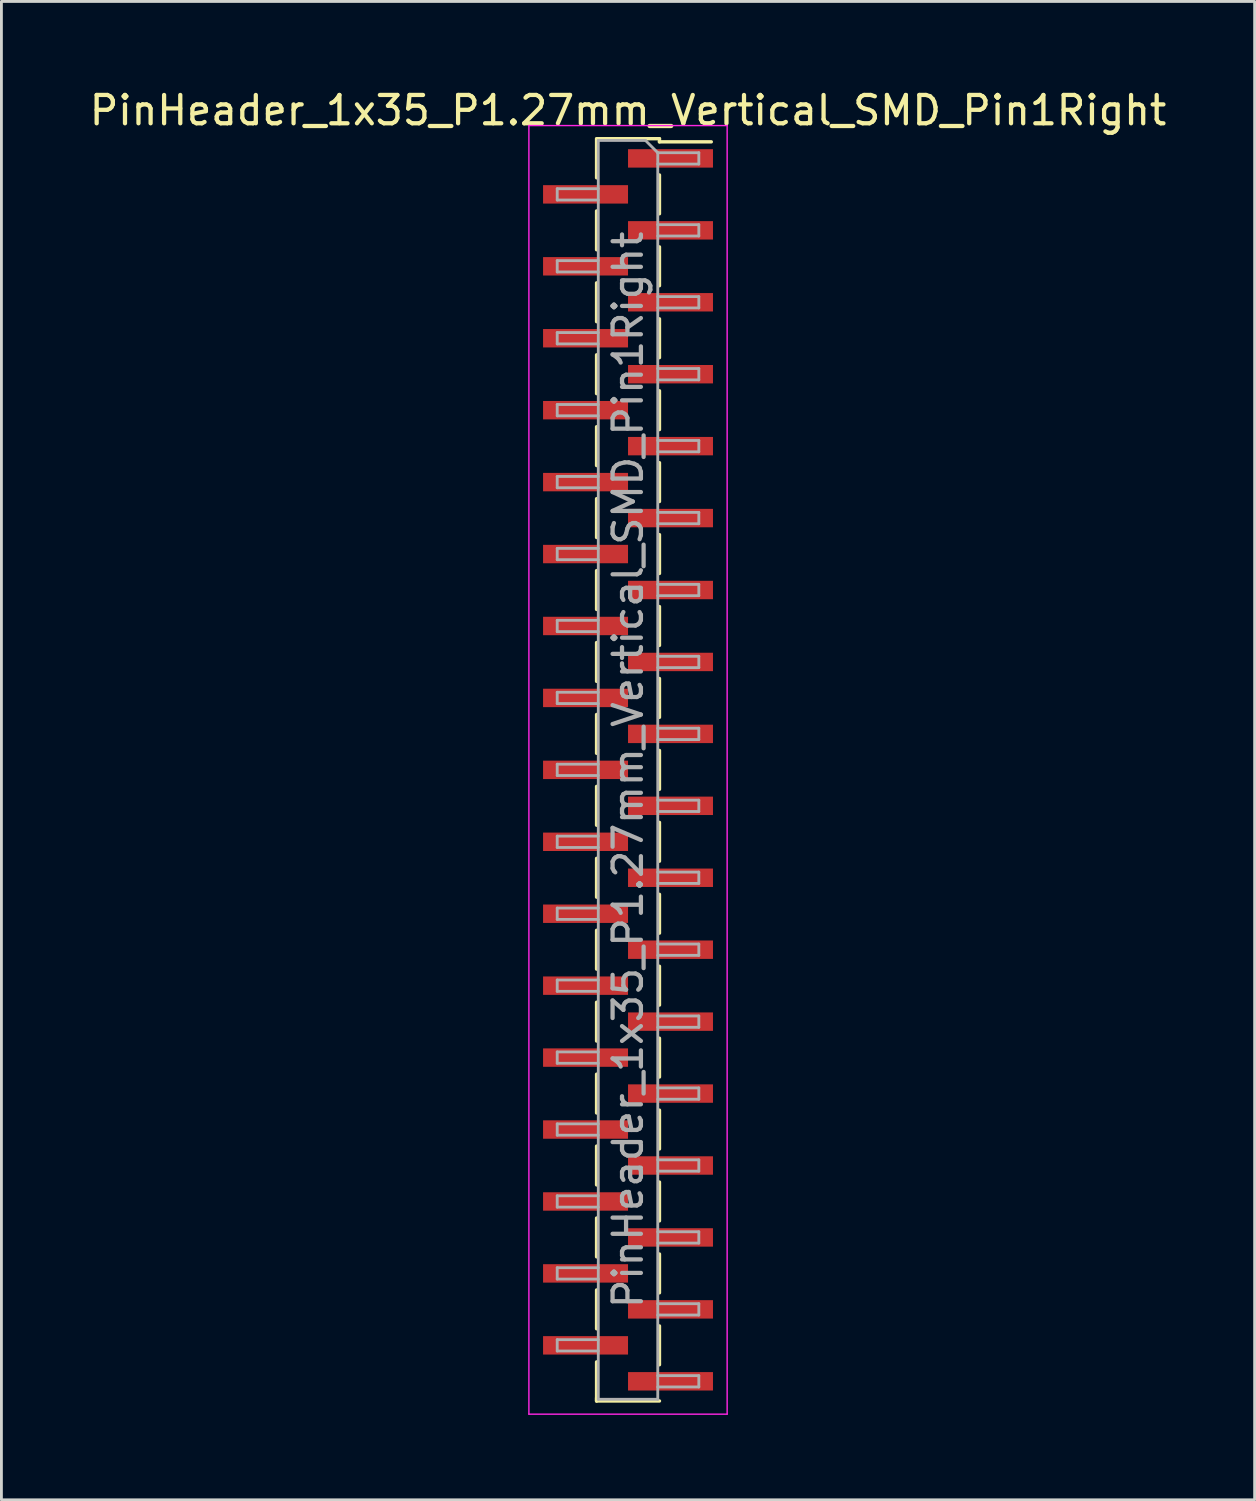
<source format=kicad_pcb>
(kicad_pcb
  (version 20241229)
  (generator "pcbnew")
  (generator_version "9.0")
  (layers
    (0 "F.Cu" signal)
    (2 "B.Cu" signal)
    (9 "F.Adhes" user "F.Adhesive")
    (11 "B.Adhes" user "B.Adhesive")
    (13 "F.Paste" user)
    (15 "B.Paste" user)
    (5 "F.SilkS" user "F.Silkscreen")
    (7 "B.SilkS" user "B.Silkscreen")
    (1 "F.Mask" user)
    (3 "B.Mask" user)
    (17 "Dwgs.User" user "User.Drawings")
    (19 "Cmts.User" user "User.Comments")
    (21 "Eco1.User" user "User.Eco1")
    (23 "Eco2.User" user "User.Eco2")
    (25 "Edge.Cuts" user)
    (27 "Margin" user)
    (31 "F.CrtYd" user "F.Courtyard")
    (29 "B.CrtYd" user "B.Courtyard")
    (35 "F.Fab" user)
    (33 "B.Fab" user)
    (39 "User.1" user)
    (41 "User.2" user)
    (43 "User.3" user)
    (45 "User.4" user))
  (footprint "PinHeader_1x35_P1.27mm_Vertical_SMD_Pin1Right"
    (layer "F.Cu")
    (at 19.125 24.133)
    (property "Reference" "PinHeader_1x35_P1.27mm_Vertical_SMD_Pin1Right" (at 0 -23.285 0) (layer "F.SilkS") (effects (font (size 1 1) (thickness 0.15))))
    (attr smd)
    (fp_line (start -1.11 -22.285) (end 1.11 -22.285) (stroke (width 0.12) (type solid)) (layer "F.SilkS"))
    (fp_line (start -1.11 -22.275) (end -1.11 -20.905) (stroke (width 0.12) (type solid)) (layer "F.SilkS"))
    (fp_line (start -1.11 -19.735) (end -1.11 -18.365) (stroke (width 0.12) (type solid)) (layer "F.SilkS"))
    (fp_line (start -1.11 -17.195) (end -1.11 -15.825) (stroke (width 0.12) (type solid)) (layer "F.SilkS"))
    (fp_line (start -1.11 -14.655) (end -1.11 -13.285) (stroke (width 0.12) (type solid)) (layer "F.SilkS"))
    (fp_line (start -1.11 -12.115) (end -1.11 -10.745) (stroke (width 0.12) (type solid)) (layer "F.SilkS"))
    (fp_line (start -1.11 -9.575) (end -1.11 -8.205) (stroke (width 0.12) (type solid)) (layer "F.SilkS"))
    (fp_line (start -1.11 -7.035) (end -1.11 -5.665) (stroke (width 0.12) (type solid)) (layer "F.SilkS"))
    (fp_line (start -1.11 -4.495) (end -1.11 -3.125) (stroke (width 0.12) (type solid)) (layer "F.SilkS"))
    (fp_line (start -1.11 -1.955) (end -1.11 -0.585) (stroke (width 0.12) (type solid)) (layer "F.SilkS"))
    (fp_line (start -1.11 0.585) (end -1.11 1.955) (stroke (width 0.12) (type solid)) (layer "F.SilkS"))
    (fp_line (start -1.11 3.125) (end -1.11 4.495) (stroke (width 0.12) (type solid)) (layer "F.SilkS"))
    (fp_line (start -1.11 5.665) (end -1.11 7.035) (stroke (width 0.12) (type solid)) (layer "F.SilkS"))
    (fp_line (start -1.11 8.205) (end -1.11 9.575) (stroke (width 0.12) (type solid)) (layer "F.SilkS"))
    (fp_line (start -1.11 10.745) (end -1.11 12.115) (stroke (width 0.12) (type solid)) (layer "F.SilkS"))
    (fp_line (start -1.11 13.285) (end -1.11 14.655) (stroke (width 0.12) (type solid)) (layer "F.SilkS"))
    (fp_line (start -1.11 15.825) (end -1.11 17.195) (stroke (width 0.12) (type solid)) (layer "F.SilkS"))
    (fp_line (start -1.11 18.365) (end -1.11 19.735) (stroke (width 0.12) (type solid)) (layer "F.SilkS"))
    (fp_line (start -1.11 20.905) (end -1.11 22.275) (stroke (width 0.12) (type solid)) (layer "F.SilkS"))
    (fp_line (start -1.11 22.175) (end -1.11 22.285) (stroke (width 0.12) (type solid)) (layer "F.SilkS"))
    (fp_line (start -1.11 22.285) (end 1.11 22.285) (stroke (width 0.12) (type solid)) (layer "F.SilkS"))
    (fp_line (start 1.11 -22.285) (end 1.11 -22.175) (stroke (width 0.12) (type solid)) (layer "F.SilkS"))
    (fp_line (start 1.11 -22.175) (end 2.94 -22.175) (stroke (width 0.12) (type solid)) (layer "F.SilkS"))
    (fp_line (start 1.11 -21.005) (end 1.11 -19.635) (stroke (width 0.12) (type solid)) (layer "F.SilkS"))
    (fp_line (start 1.11 -18.465) (end 1.11 -17.095) (stroke (width 0.12) (type solid)) (layer "F.SilkS"))
    (fp_line (start 1.11 -15.925) (end 1.11 -14.555) (stroke (width 0.12) (type solid)) (layer "F.SilkS"))
    (fp_line (start 1.11 -13.385) (end 1.11 -12.015) (stroke (width 0.12) (type solid)) (layer "F.SilkS"))
    (fp_line (start 1.11 -10.845) (end 1.11 -9.475) (stroke (width 0.12) (type solid)) (layer "F.SilkS"))
    (fp_line (start 1.11 -8.305) (end 1.11 -6.935) (stroke (width 0.12) (type solid)) (layer "F.SilkS"))
    (fp_line (start 1.11 -5.765) (end 1.11 -4.395) (stroke (width 0.12) (type solid)) (layer "F.SilkS"))
    (fp_line (start 1.11 -3.225) (end 1.11 -1.855) (stroke (width 0.12) (type solid)) (layer "F.SilkS"))
    (fp_line (start 1.11 -0.685) (end 1.11 0.685) (stroke (width 0.12) (type solid)) (layer "F.SilkS"))
    (fp_line (start 1.11 1.855) (end 1.11 3.225) (stroke (width 0.12) (type solid)) (layer "F.SilkS"))
    (fp_line (start 1.11 4.395) (end 1.11 5.765) (stroke (width 0.12) (type solid)) (layer "F.SilkS"))
    (fp_line (start 1.11 6.935) (end 1.11 8.305) (stroke (width 0.12) (type solid)) (layer "F.SilkS"))
    (fp_line (start 1.11 9.475) (end 1.11 10.845) (stroke (width 0.12) (type solid)) (layer "F.SilkS"))
    (fp_line (start 1.11 12.015) (end 1.11 13.385) (stroke (width 0.12) (type solid)) (layer "F.SilkS"))
    (fp_line (start 1.11 14.555) (end 1.11 15.925) (stroke (width 0.12) (type solid)) (layer "F.SilkS"))
    (fp_line (start 1.11 17.095) (end 1.11 18.465) (stroke (width 0.12) (type solid)) (layer "F.SilkS"))
    (fp_line (start 1.11 19.635) (end 1.11 21.005) (stroke (width 0.12) (type solid)) (layer "F.SilkS"))
    (fp_line (start -3.5 -22.75) (end -3.5 22.75) (stroke (width 0.05) (type solid)) (layer "F.CrtYd"))
    (fp_line (start -3.5 22.75) (end 3.5 22.75) (stroke (width 0.05) (type solid)) (layer "F.CrtYd"))
    (fp_line (start 3.5 -22.75) (end -3.5 -22.75) (stroke (width 0.05) (type solid)) (layer "F.CrtYd"))
    (fp_line (start 3.5 22.75) (end 3.5 -22.75) (stroke (width 0.05) (type solid)) (layer "F.CrtYd"))
    (fp_line (start -2.5 -20.52) (end -2.5 -20.12) (stroke (width 0.1) (type solid)) (layer "F.Fab"))
    (fp_line (start -2.5 -20.12) (end -1.05 -20.12) (stroke (width 0.1) (type solid)) (layer "F.Fab"))
    (fp_line (start -2.5 -17.98) (end -2.5 -17.58) (stroke (width 0.1) (type solid)) (layer "F.Fab"))
    (fp_line (start -2.5 -17.58) (end -1.05 -17.58) (stroke (width 0.1) (type solid)) (layer "F.Fab"))
    (fp_line (start -2.5 -15.44) (end -2.5 -15.04) (stroke (width 0.1) (type solid)) (layer "F.Fab"))
    (fp_line (start -2.5 -15.04) (end -1.05 -15.04) (stroke (width 0.1) (type solid)) (layer "F.Fab"))
    (fp_line (start -2.5 -12.9) (end -2.5 -12.5) (stroke (width 0.1) (type solid)) (layer "F.Fab"))
    (fp_line (start -2.5 -12.5) (end -1.05 -12.5) (stroke (width 0.1) (type solid)) (layer "F.Fab"))
    (fp_line (start -2.5 -10.36) (end -2.5 -9.96) (stroke (width 0.1) (type solid)) (layer "F.Fab"))
    (fp_line (start -2.5 -9.96) (end -1.05 -9.96) (stroke (width 0.1) (type solid)) (layer "F.Fab"))
    (fp_line (start -2.5 -7.82) (end -2.5 -7.42) (stroke (width 0.1) (type solid)) (layer "F.Fab"))
    (fp_line (start -2.5 -7.42) (end -1.05 -7.42) (stroke (width 0.1) (type solid)) (layer "F.Fab"))
    (fp_line (start -2.5 -5.28) (end -2.5 -4.88) (stroke (width 0.1) (type solid)) (layer "F.Fab"))
    (fp_line (start -2.5 -4.88) (end -1.05 -4.88) (stroke (width 0.1) (type solid)) (layer "F.Fab"))
    (fp_line (start -2.5 -2.74) (end -2.5 -2.34) (stroke (width 0.1) (type solid)) (layer "F.Fab"))
    (fp_line (start -2.5 -2.34) (end -1.05 -2.34) (stroke (width 0.1) (type solid)) (layer "F.Fab"))
    (fp_line (start -2.5 -0.2) (end -2.5 0.2) (stroke (width 0.1) (type solid)) (layer "F.Fab"))
    (fp_line (start -2.5 0.2) (end -1.05 0.2) (stroke (width 0.1) (type solid)) (layer "F.Fab"))
    (fp_line (start -2.5 2.34) (end -2.5 2.74) (stroke (width 0.1) (type solid)) (layer "F.Fab"))
    (fp_line (start -2.5 2.74) (end -1.05 2.74) (stroke (width 0.1) (type solid)) (layer "F.Fab"))
    (fp_line (start -2.5 4.88) (end -2.5 5.28) (stroke (width 0.1) (type solid)) (layer "F.Fab"))
    (fp_line (start -2.5 5.28) (end -1.05 5.28) (stroke (width 0.1) (type solid)) (layer "F.Fab"))
    (fp_line (start -2.5 7.42) (end -2.5 7.82) (stroke (width 0.1) (type solid)) (layer "F.Fab"))
    (fp_line (start -2.5 7.82) (end -1.05 7.82) (stroke (width 0.1) (type solid)) (layer "F.Fab"))
    (fp_line (start -2.5 9.96) (end -2.5 10.36) (stroke (width 0.1) (type solid)) (layer "F.Fab"))
    (fp_line (start -2.5 10.36) (end -1.05 10.36) (stroke (width 0.1) (type solid)) (layer "F.Fab"))
    (fp_line (start -2.5 12.5) (end -2.5 12.9) (stroke (width 0.1) (type solid)) (layer "F.Fab"))
    (fp_line (start -2.5 12.9) (end -1.05 12.9) (stroke (width 0.1) (type solid)) (layer "F.Fab"))
    (fp_line (start -2.5 15.04) (end -2.5 15.44) (stroke (width 0.1) (type solid)) (layer "F.Fab"))
    (fp_line (start -2.5 15.44) (end -1.05 15.44) (stroke (width 0.1) (type solid)) (layer "F.Fab"))
    (fp_line (start -2.5 17.58) (end -2.5 17.98) (stroke (width 0.1) (type solid)) (layer "F.Fab"))
    (fp_line (start -2.5 17.98) (end -1.05 17.98) (stroke (width 0.1) (type solid)) (layer "F.Fab"))
    (fp_line (start -2.5 20.12) (end -2.5 20.52) (stroke (width 0.1) (type solid)) (layer "F.Fab"))
    (fp_line (start -2.5 20.52) (end -1.05 20.52) (stroke (width 0.1) (type solid)) (layer "F.Fab"))
    (fp_line (start -1.05 -22.225) (end -1.05 22.225) (stroke (width 0.1) (type solid)) (layer "F.Fab"))
    (fp_line (start -1.05 -22.225) (end 0.615 -22.225) (stroke (width 0.1) (type solid)) (layer "F.Fab"))
    (fp_line (start -1.05 -20.52) (end -2.5 -20.52) (stroke (width 0.1) (type solid)) (layer "F.Fab"))
    (fp_line (start -1.05 -17.98) (end -2.5 -17.98) (stroke (width 0.1) (type solid)) (layer "F.Fab"))
    (fp_line (start -1.05 -15.44) (end -2.5 -15.44) (stroke (width 0.1) (type solid)) (layer "F.Fab"))
    (fp_line (start -1.05 -12.9) (end -2.5 -12.9) (stroke (width 0.1) (type solid)) (layer "F.Fab"))
    (fp_line (start -1.05 -10.36) (end -2.5 -10.36) (stroke (width 0.1) (type solid)) (layer "F.Fab"))
    (fp_line (start -1.05 -7.82) (end -2.5 -7.82) (stroke (width 0.1) (type solid)) (layer "F.Fab"))
    (fp_line (start -1.05 -5.28) (end -2.5 -5.28) (stroke (width 0.1) (type solid)) (layer "F.Fab"))
    (fp_line (start -1.05 -2.74) (end -2.5 -2.74) (stroke (width 0.1) (type solid)) (layer "F.Fab"))
    (fp_line (start -1.05 -0.2) (end -2.5 -0.2) (stroke (width 0.1) (type solid)) (layer "F.Fab"))
    (fp_line (start -1.05 2.34) (end -2.5 2.34) (stroke (width 0.1) (type solid)) (layer "F.Fab"))
    (fp_line (start -1.05 4.88) (end -2.5 4.88) (stroke (width 0.1) (type solid)) (layer "F.Fab"))
    (fp_line (start -1.05 7.42) (end -2.5 7.42) (stroke (width 0.1) (type solid)) (layer "F.Fab"))
    (fp_line (start -1.05 9.96) (end -2.5 9.96) (stroke (width 0.1) (type solid)) (layer "F.Fab"))
    (fp_line (start -1.05 12.5) (end -2.5 12.5) (stroke (width 0.1) (type solid)) (layer "F.Fab"))
    (fp_line (start -1.05 15.04) (end -2.5 15.04) (stroke (width 0.1) (type solid)) (layer "F.Fab"))
    (fp_line (start -1.05 17.58) (end -2.5 17.58) (stroke (width 0.1) (type solid)) (layer "F.Fab"))
    (fp_line (start -1.05 20.12) (end -2.5 20.12) (stroke (width 0.1) (type solid)) (layer "F.Fab"))
    (fp_line (start 1.05 -21.79) (end 0.615 -22.225) (stroke (width 0.1) (type solid)) (layer "F.Fab"))
    (fp_line (start 1.05 -21.79) (end 2.5 -21.79) (stroke (width 0.1) (type solid)) (layer "F.Fab"))
    (fp_line (start 1.05 -19.25) (end 2.5 -19.25) (stroke (width 0.1) (type solid)) (layer "F.Fab"))
    (fp_line (start 1.05 -16.71) (end 2.5 -16.71) (stroke (width 0.1) (type solid)) (layer "F.Fab"))
    (fp_line (start 1.05 -14.17) (end 2.5 -14.17) (stroke (width 0.1) (type solid)) (layer "F.Fab"))
    (fp_line (start 1.05 -11.63) (end 2.5 -11.63) (stroke (width 0.1) (type solid)) (layer "F.Fab"))
    (fp_line (start 1.05 -9.09) (end 2.5 -9.09) (stroke (width 0.1) (type solid)) (layer "F.Fab"))
    (fp_line (start 1.05 -6.55) (end 2.5 -6.55) (stroke (width 0.1) (type solid)) (layer "F.Fab"))
    (fp_line (start 1.05 -4.01) (end 2.5 -4.01) (stroke (width 0.1) (type solid)) (layer "F.Fab"))
    (fp_line (start 1.05 -1.47) (end 2.5 -1.47) (stroke (width 0.1) (type solid)) (layer "F.Fab"))
    (fp_line (start 1.05 1.07) (end 2.5 1.07) (stroke (width 0.1) (type solid)) (layer "F.Fab"))
    (fp_line (start 1.05 3.61) (end 2.5 3.61) (stroke (width 0.1) (type solid)) (layer "F.Fab"))
    (fp_line (start 1.05 6.15) (end 2.5 6.15) (stroke (width 0.1) (type solid)) (layer "F.Fab"))
    (fp_line (start 1.05 8.69) (end 2.5 8.69) (stroke (width 0.1) (type solid)) (layer "F.Fab"))
    (fp_line (start 1.05 11.23) (end 2.5 11.23) (stroke (width 0.1) (type solid)) (layer "F.Fab"))
    (fp_line (start 1.05 13.77) (end 2.5 13.77) (stroke (width 0.1) (type solid)) (layer "F.Fab"))
    (fp_line (start 1.05 16.31) (end 2.5 16.31) (stroke (width 0.1) (type solid)) (layer "F.Fab"))
    (fp_line (start 1.05 18.85) (end 2.5 18.85) (stroke (width 0.1) (type solid)) (layer "F.Fab"))
    (fp_line (start 1.05 21.39) (end 2.5 21.39) (stroke (width 0.1) (type solid)) (layer "F.Fab"))
    (fp_line (start 1.05 22.225) (end -1.05 22.225) (stroke (width 0.1) (type solid)) (layer "F.Fab"))
    (fp_line (start 1.05 22.225) (end 1.05 -21.79) (stroke (width 0.1) (type solid)) (layer "F.Fab"))
    (fp_line (start 2.5 -21.79) (end 2.5 -21.39) (stroke (width 0.1) (type solid)) (layer "F.Fab"))
    (fp_line (start 2.5 -21.39) (end 1.05 -21.39) (stroke (width 0.1) (type solid)) (layer "F.Fab"))
    (fp_line (start 2.5 -19.25) (end 2.5 -18.85) (stroke (width 0.1) (type solid)) (layer "F.Fab"))
    (fp_line (start 2.5 -18.85) (end 1.05 -18.85) (stroke (width 0.1) (type solid)) (layer "F.Fab"))
    (fp_line (start 2.5 -16.71) (end 2.5 -16.31) (stroke (width 0.1) (type solid)) (layer "F.Fab"))
    (fp_line (start 2.5 -16.31) (end 1.05 -16.31) (stroke (width 0.1) (type solid)) (layer "F.Fab"))
    (fp_line (start 2.5 -14.17) (end 2.5 -13.77) (stroke (width 0.1) (type solid)) (layer "F.Fab"))
    (fp_line (start 2.5 -13.77) (end 1.05 -13.77) (stroke (width 0.1) (type solid)) (layer "F.Fab"))
    (fp_line (start 2.5 -11.63) (end 2.5 -11.23) (stroke (width 0.1) (type solid)) (layer "F.Fab"))
    (fp_line (start 2.5 -11.23) (end 1.05 -11.23) (stroke (width 0.1) (type solid)) (layer "F.Fab"))
    (fp_line (start 2.5 -9.09) (end 2.5 -8.69) (stroke (width 0.1) (type solid)) (layer "F.Fab"))
    (fp_line (start 2.5 -8.69) (end 1.05 -8.69) (stroke (width 0.1) (type solid)) (layer "F.Fab"))
    (fp_line (start 2.5 -6.55) (end 2.5 -6.15) (stroke (width 0.1) (type solid)) (layer "F.Fab"))
    (fp_line (start 2.5 -6.15) (end 1.05 -6.15) (stroke (width 0.1) (type solid)) (layer "F.Fab"))
    (fp_line (start 2.5 -4.01) (end 2.5 -3.61) (stroke (width 0.1) (type solid)) (layer "F.Fab"))
    (fp_line (start 2.5 -3.61) (end 1.05 -3.61) (stroke (width 0.1) (type solid)) (layer "F.Fab"))
    (fp_line (start 2.5 -1.47) (end 2.5 -1.07) (stroke (width 0.1) (type solid)) (layer "F.Fab"))
    (fp_line (start 2.5 -1.07) (end 1.05 -1.07) (stroke (width 0.1) (type solid)) (layer "F.Fab"))
    (fp_line (start 2.5 1.07) (end 2.5 1.47) (stroke (width 0.1) (type solid)) (layer "F.Fab"))
    (fp_line (start 2.5 1.47) (end 1.05 1.47) (stroke (width 0.1) (type solid)) (layer "F.Fab"))
    (fp_line (start 2.5 3.61) (end 2.5 4.01) (stroke (width 0.1) (type solid)) (layer "F.Fab"))
    (fp_line (start 2.5 4.01) (end 1.05 4.01) (stroke (width 0.1) (type solid)) (layer "F.Fab"))
    (fp_line (start 2.5 6.15) (end 2.5 6.55) (stroke (width 0.1) (type solid)) (layer "F.Fab"))
    (fp_line (start 2.5 6.55) (end 1.05 6.55) (stroke (width 0.1) (type solid)) (layer "F.Fab"))
    (fp_line (start 2.5 8.69) (end 2.5 9.09) (stroke (width 0.1) (type solid)) (layer "F.Fab"))
    (fp_line (start 2.5 9.09) (end 1.05 9.09) (stroke (width 0.1) (type solid)) (layer "F.Fab"))
    (fp_line (start 2.5 11.23) (end 2.5 11.63) (stroke (width 0.1) (type solid)) (layer "F.Fab"))
    (fp_line (start 2.5 11.63) (end 1.05 11.63) (stroke (width 0.1) (type solid)) (layer "F.Fab"))
    (fp_line (start 2.5 13.77) (end 2.5 14.17) (stroke (width 0.1) (type solid)) (layer "F.Fab"))
    (fp_line (start 2.5 14.17) (end 1.05 14.17) (stroke (width 0.1) (type solid)) (layer "F.Fab"))
    (fp_line (start 2.5 16.31) (end 2.5 16.71) (stroke (width 0.1) (type solid)) (layer "F.Fab"))
    (fp_line (start 2.5 16.71) (end 1.05 16.71) (stroke (width 0.1) (type solid)) (layer "F.Fab"))
    (fp_line (start 2.5 18.85) (end 2.5 19.25) (stroke (width 0.1) (type solid)) (layer "F.Fab"))
    (fp_line (start 2.5 19.25) (end 1.05 19.25) (stroke (width 0.1) (type solid)) (layer "F.Fab"))
    (fp_line (start 2.5 21.39) (end 2.5 21.79) (stroke (width 0.1) (type solid)) (layer "F.Fab"))
    (fp_line (start 2.5 21.79) (end 1.05 21.79) (stroke (width 0.1) (type solid)) (layer "F.Fab"))
    (fp_text user "${REFERENCE}" (at 0 0 90) (layer "F.Fab") (effects (font (size 1 1) (thickness 0.15))))
    (pad "1" smd rect (at 1.5 -21.59) (size 3 0.65) (layers "F.Cu" "F.Mask" "F.Paste"))
    (pad "2" smd rect (at -1.5 -20.32) (size 3 0.65) (layers "F.Cu" "F.Mask" "F.Paste"))
    (pad "3" smd rect (at 1.5 -19.05) (size 3 0.65) (layers "F.Cu" "F.Mask" "F.Paste"))
    (pad "4" smd rect (at -1.5 -17.78) (size 3 0.65) (layers "F.Cu" "F.Mask" "F.Paste"))
    (pad "5" smd rect (at 1.5 -16.51) (size 3 0.65) (layers "F.Cu" "F.Mask" "F.Paste"))
    (pad "6" smd rect (at -1.5 -15.24) (size 3 0.65) (layers "F.Cu" "F.Mask" "F.Paste"))
    (pad "7" smd rect (at 1.5 -13.97) (size 3 0.65) (layers "F.Cu" "F.Mask" "F.Paste"))
    (pad "8" smd rect (at -1.5 -12.7) (size 3 0.65) (layers "F.Cu" "F.Mask" "F.Paste"))
    (pad "9" smd rect (at 1.5 -11.43) (size 3 0.65) (layers "F.Cu" "F.Mask" "F.Paste"))
    (pad "10" smd rect (at -1.5 -10.16) (size 3 0.65) (layers "F.Cu" "F.Mask" "F.Paste"))
    (pad "11" smd rect (at 1.5 -8.89) (size 3 0.65) (layers "F.Cu" "F.Mask" "F.Paste"))
    (pad "12" smd rect (at -1.5 -7.62) (size 3 0.65) (layers "F.Cu" "F.Mask" "F.Paste"))
    (pad "13" smd rect (at 1.5 -6.35) (size 3 0.65) (layers "F.Cu" "F.Mask" "F.Paste"))
    (pad "14" smd rect (at -1.5 -5.08) (size 3 0.65) (layers "F.Cu" "F.Mask" "F.Paste"))
    (pad "15" smd rect (at 1.5 -3.81) (size 3 0.65) (layers "F.Cu" "F.Mask" "F.Paste"))
    (pad "16" smd rect (at -1.5 -2.54) (size 3 0.65) (layers "F.Cu" "F.Mask" "F.Paste"))
    (pad "17" smd rect (at 1.5 -1.27) (size 3 0.65) (layers "F.Cu" "F.Mask" "F.Paste"))
    (pad "18" smd rect (at -1.5 0) (size 3 0.65) (layers "F.Cu" "F.Mask" "F.Paste"))
    (pad "19" smd rect (at 1.5 1.27) (size 3 0.65) (layers "F.Cu" "F.Mask" "F.Paste"))
    (pad "20" smd rect (at -1.5 2.54) (size 3 0.65) (layers "F.Cu" "F.Mask" "F.Paste"))
    (pad "21" smd rect (at 1.5 3.81) (size 3 0.65) (layers "F.Cu" "F.Mask" "F.Paste"))
    (pad "22" smd rect (at -1.5 5.08) (size 3 0.65) (layers "F.Cu" "F.Mask" "F.Paste"))
    (pad "23" smd rect (at 1.5 6.35) (size 3 0.65) (layers "F.Cu" "F.Mask" "F.Paste"))
    (pad "24" smd rect (at -1.5 7.62) (size 3 0.65) (layers "F.Cu" "F.Mask" "F.Paste"))
    (pad "25" smd rect (at 1.5 8.89) (size 3 0.65) (layers "F.Cu" "F.Mask" "F.Paste"))
    (pad "26" smd rect (at -1.5 10.16) (size 3 0.65) (layers "F.Cu" "F.Mask" "F.Paste"))
    (pad "27" smd rect (at 1.5 11.43) (size 3 0.65) (layers "F.Cu" "F.Mask" "F.Paste"))
    (pad "28" smd rect (at -1.5 12.7) (size 3 0.65) (layers "F.Cu" "F.Mask" "F.Paste"))
    (pad "29" smd rect (at 1.5 13.97) (size 3 0.65) (layers "F.Cu" "F.Mask" "F.Paste"))
    (pad "30" smd rect (at -1.5 15.24) (size 3 0.65) (layers "F.Cu" "F.Mask" "F.Paste"))
    (pad "31" smd rect (at 1.5 16.51) (size 3 0.65) (layers "F.Cu" "F.Mask" "F.Paste"))
    (pad "32" smd rect (at -1.5 17.78) (size 3 0.65) (layers "F.Cu" "F.Mask" "F.Paste"))
    (pad "33" smd rect (at 1.5 19.05) (size 3 0.65) (layers "F.Cu" "F.Mask" "F.Paste"))
    (pad "34" smd rect (at -1.5 20.32) (size 3 0.65) (layers "F.Cu" "F.Mask" "F.Paste"))
    (pad "35" smd rect (at 1.5 21.59) (size 3 0.65) (layers "F.Cu" "F.Mask" "F.Paste")))
  (gr_rect
    (start -3 -3)
    (end 41.25 49.908)
    (stroke (width 0.1) (type default))
    (fill no)
    (layer "Edge.Cuts")))
</source>
